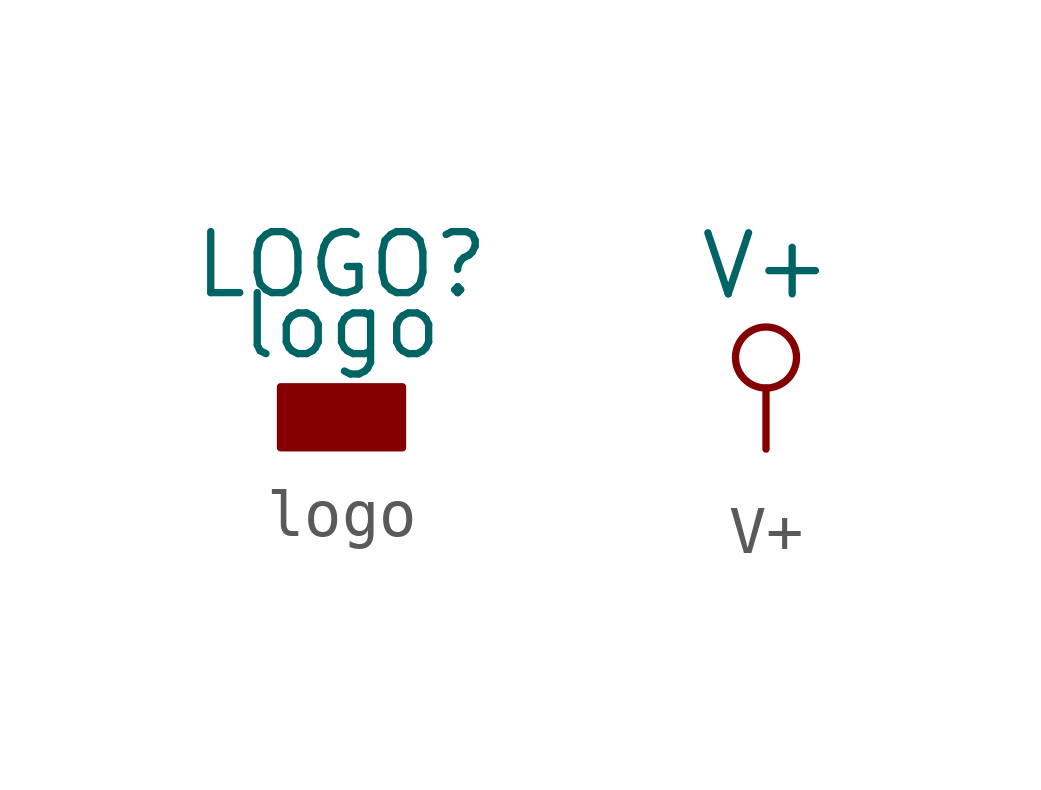
<source format=kicad_sym>
(kicad_symbol_lib
  (version 20211014)
  (generator kicad_symbol_editor)
  (symbol "logo"
    (pin_numbers hide)
    (pin_names
      (offset 0) hide)
    (property "Reference" "LOGO"
      (at 0 2.54 0)
      (effects (font (size 1.27 1.27))))
    (property "Value" "logo"
      (at 0 1.27 0)
      (effects (font (size 1.27 1.27))))
    (symbol "logo_0_1"
      (rectangle (start -1.27 0) (end 1.27 -1.27) (stroke (width 0.152) (type default) (color 0 0 0 0)) (fill (type outline)))))
  (symbol "V+"
    (power)
    (pin_names
      (offset 0))
    (property "Reference" "#PWR"
      (at 0 -3.81 0)
      (effects (font (size 1.27 1.27)) hide))
    (property "Value" "V+"
      (at 0 3.81 0)
      (effects (font (size 1.27 1.27))))
    (symbol "V+_0_1"
      (polyline (pts (xy 0 0) (xy 0 1.27)) (stroke (width 0) (type default) (color 0 0 0 0)) (fill (type none)))
      (circle (center 0 1.905) (radius 0.635) (stroke (width 0) (type default) (color 0 0 0 0)) (fill (type none))))
    (symbol "V+_1_1"
      (pin power_in line (at 0 0 90) (length 0) hide (name "VCC1" (effects (font (size 1.27 1.27)))) (number "1" (effects (font (size 1.27 1.27))))))))
</source>
